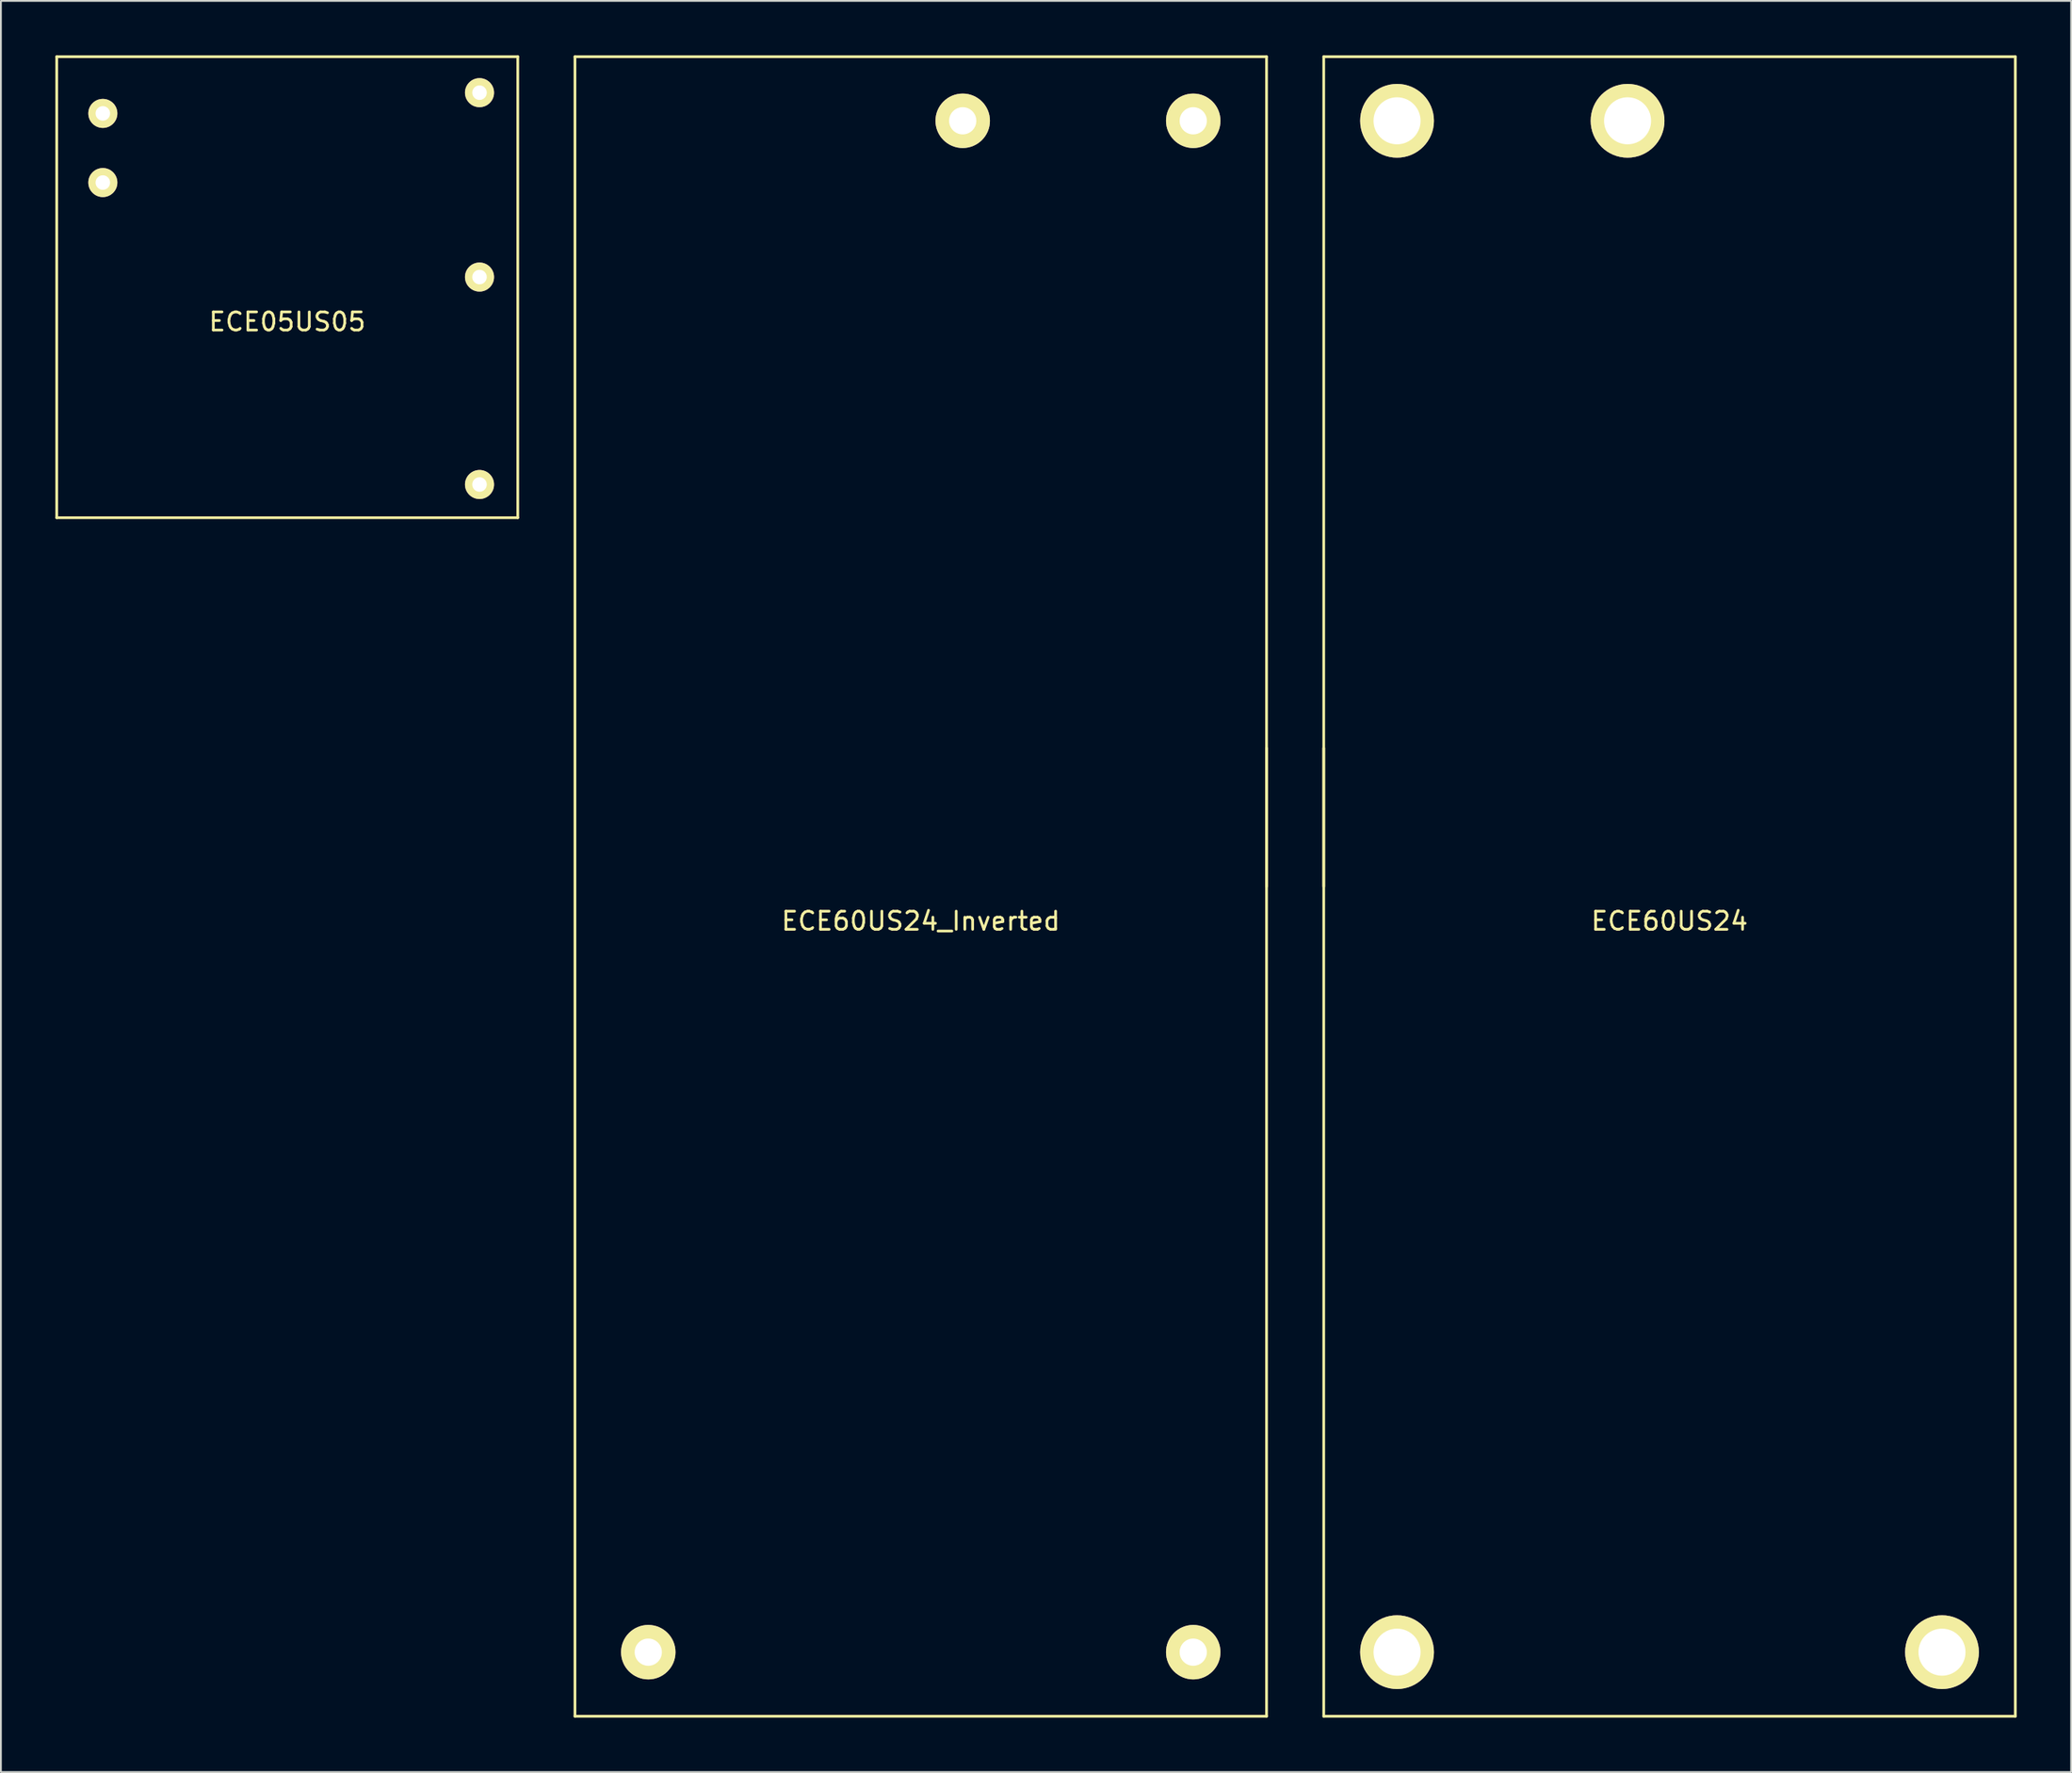
<source format=kicad_pcb>
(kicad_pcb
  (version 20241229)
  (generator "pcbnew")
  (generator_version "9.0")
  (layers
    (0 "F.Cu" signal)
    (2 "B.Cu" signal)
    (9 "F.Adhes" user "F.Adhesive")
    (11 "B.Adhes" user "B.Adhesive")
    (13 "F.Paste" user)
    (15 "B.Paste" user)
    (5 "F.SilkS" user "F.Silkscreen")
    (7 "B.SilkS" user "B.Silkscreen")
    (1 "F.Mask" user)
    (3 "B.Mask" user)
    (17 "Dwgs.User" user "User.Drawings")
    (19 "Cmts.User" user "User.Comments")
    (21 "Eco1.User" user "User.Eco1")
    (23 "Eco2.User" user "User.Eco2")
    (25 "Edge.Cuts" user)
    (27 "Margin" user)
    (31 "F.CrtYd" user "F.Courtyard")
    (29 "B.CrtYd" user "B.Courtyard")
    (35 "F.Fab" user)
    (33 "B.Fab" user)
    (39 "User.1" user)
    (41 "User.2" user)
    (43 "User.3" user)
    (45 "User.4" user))
  (footprint "ECE60US24_Inverted"
    (layer "F.Cu")
    (at 47.675 45.795)
    (property "Reference" "ECE60US24_Inverted" (at 0 1.905 0) (layer "F.SilkS") (effects (font (size 1 1) (thickness 0.15))))
    (attr through_hole)
    (fp_line (start -19.05 -45.72) (end -19.05 45.72) (stroke (width 0.15) (type solid)) (layer "F.SilkS"))
    (fp_line (start 19.05 -45.72) (end -19.05 -45.72) (stroke (width 0.15) (type solid)) (layer "F.SilkS"))
    (fp_line (start 19.05 -45.72) (end 19.05 45.72) (stroke (width 0.15) (type solid)) (layer "F.SilkS"))
    (fp_line (start 19.05 0) (end 19.05 -7.62) (stroke (width 0.15) (type solid)) (layer "F.SilkS"))
    (fp_line (start 19.05 45.72) (end -19.05 45.72) (stroke (width 0.15) (type solid)) (layer "F.SilkS"))
    (pad "1" thru_hole circle (at 15.011 42.189 180) (size 3 3) (drill 1.5) (layers "*.Cu" "*.Mask" "F.SilkS"))
    (pad "2" thru_hole circle (at -15.011 42.189 180) (size 3 3) (drill 1.5) (layers "*.Cu" "*.Mask" "F.SilkS"))
    (pad "3" thru_hole circle (at 15.011 -42.189 180) (size 3 3) (drill 1.5) (layers "*.Cu" "*.Mask" "F.SilkS"))
    (pad "4" thru_hole circle (at 2.311 -42.189 180) (size 3 3) (drill 1.5) (layers "*.Cu" "*.Mask" "F.SilkS")))
  (footprint "ECE60US24"
    (layer "F.Cu")
    (at 88.925 45.795)
    (property "Reference" "ECE60US24" (at 0 1.905 0) (layer "F.SilkS") (effects (font (size 1 1) (thickness 0.15))))
    (attr through_hole)
    (fp_line (start -19.05 -45.72) (end -19.05 45.72) (stroke (width 0.15) (type solid)) (layer "F.SilkS"))
    (fp_line (start -19.05 -45.72) (end 19.05 -45.72) (stroke (width 0.15) (type solid)) (layer "F.SilkS"))
    (fp_line (start -19.05 0) (end -19.05 -7.62) (stroke (width 0.15) (type solid)) (layer "F.SilkS"))
    (fp_line (start -19.05 45.72) (end 19.05 45.72) (stroke (width 0.15) (type solid)) (layer "F.SilkS"))
    (fp_line (start 19.05 -45.72) (end 19.05 45.72) (stroke (width 0.15) (type solid)) (layer "F.SilkS"))
    (pad "1" thru_hole circle (at -15.011 42.189) (size 4.064 4.064) (drill 2.591) (layers "*.Cu" "*.Mask" "F.SilkS"))
    (pad "2" thru_hole circle (at 15.011 42.189) (size 4.064 4.064) (drill 2.591) (layers "*.Cu" "*.Mask" "F.SilkS"))
    (pad "3" thru_hole circle (at -15.011 -42.189) (size 4.064 4.064) (drill 2.591) (layers "*.Cu" "*.Mask" "F.SilkS"))
    (pad "4" thru_hole circle (at -2.311 -42.189) (size 4.064 4.064) (drill 2.591) (layers "*.Cu" "*.Mask" "F.SilkS")))
  (footprint "ECE05US05"
    (layer "F.Cu")
    (at 12.775 12.775)
    (property "Reference" "ECE05US05" (at 0 1.905 0) (layer "F.SilkS") (effects (font (size 1 1) (thickness 0.15))))
    (attr through_hole)
    (fp_line (start -12.7 -12.7) (end -12.7 12.7) (stroke (width 0.15) (type solid)) (layer "F.SilkS"))
    (fp_line (start -12.7 -12.7) (end 12.7 -12.7) (stroke (width 0.15) (type solid)) (layer "F.SilkS"))
    (fp_line (start -12.7 12.7) (end 12.7 12.7) (stroke (width 0.15) (type solid)) (layer "F.SilkS"))
    (fp_line (start 12.7 -12.7) (end 12.7 12.7) (stroke (width 0.15) (type solid)) (layer "F.SilkS"))
    (pad "1" thru_hole circle (at -10.16 -9.576) (size 1.6 1.6) (drill 0.8) (layers "*.Cu" "*.Mask" "F.SilkS"))
    (pad "2" thru_hole circle (at -10.16 -5.766) (size 1.6 1.6) (drill 0.8) (layers "*.Cu" "*.Mask" "F.SilkS"))
    (pad "3" thru_hole circle (at 10.592 10.871) (size 1.6 1.6) (drill 0.8) (layers "*.Cu" "*.Mask" "F.SilkS"))
    (pad "4" thru_hole circle (at 10.592 -0.559) (size 1.6 1.6) (drill 0.8) (layers "*.Cu" "*.Mask" "F.SilkS"))
    (pad "5" thru_hole circle (at 10.592 -10.719) (size 1.6 1.6) (drill 0.8) (layers "*.Cu" "*.Mask" "F.SilkS")))
  (gr_rect
    (start -3 -3)
    (end 111.05 94.59)
    (stroke (width 0.1) (type default))
    (fill no)
    (layer "Edge.Cuts")))
</source>
